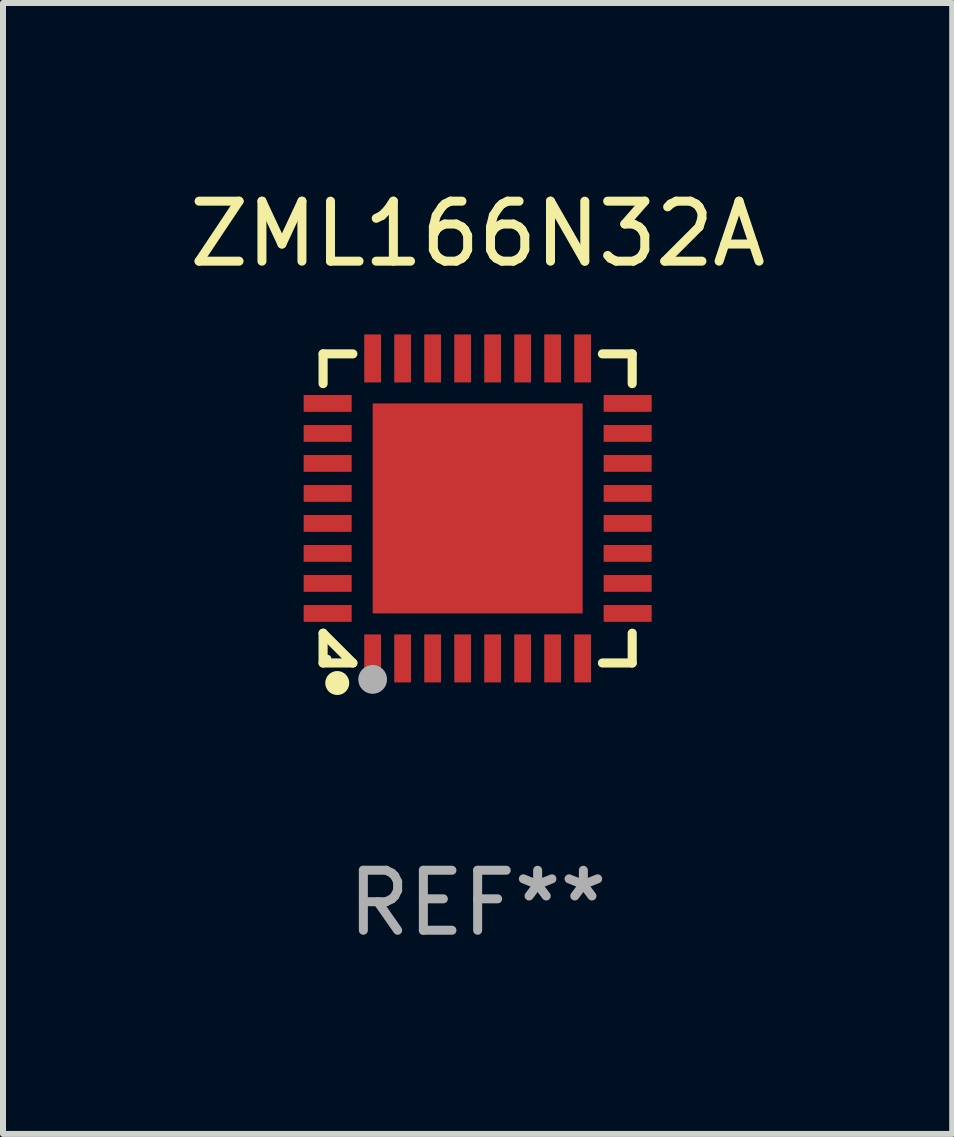
<source format=kicad_pcb>
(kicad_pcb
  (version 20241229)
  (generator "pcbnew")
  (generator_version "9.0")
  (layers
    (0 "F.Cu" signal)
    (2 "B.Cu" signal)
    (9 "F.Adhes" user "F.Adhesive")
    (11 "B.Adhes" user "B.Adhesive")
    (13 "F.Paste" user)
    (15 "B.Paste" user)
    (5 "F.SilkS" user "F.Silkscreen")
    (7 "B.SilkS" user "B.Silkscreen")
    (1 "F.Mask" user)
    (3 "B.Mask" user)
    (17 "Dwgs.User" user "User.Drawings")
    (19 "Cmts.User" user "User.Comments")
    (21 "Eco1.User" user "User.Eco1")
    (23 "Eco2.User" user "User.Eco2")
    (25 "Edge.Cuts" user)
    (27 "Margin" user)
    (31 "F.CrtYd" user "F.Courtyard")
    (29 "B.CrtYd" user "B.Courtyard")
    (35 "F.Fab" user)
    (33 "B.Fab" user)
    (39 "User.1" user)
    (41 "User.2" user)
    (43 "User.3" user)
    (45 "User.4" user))
  (footprint "ZML166N32A"
    (layer "F.Cu")
    (at 4.911 5.424)
    (property "Reference" "ZML166N32A" (at 0 -4.576 0) (layer "F.SilkS") (effects (font (size 1 1) (thickness 0.15))))
    (attr through_hole)
    (fp_line (start -2.576 -2.576) (end -2.08 -2.576) (stroke (width 0.152) (type solid)) (layer "F.SilkS"))
    (fp_line (start -2.576 -2.08) (end -2.576 -2.576) (stroke (width 0.152) (type solid)) (layer "F.SilkS"))
    (fp_line (start -2.576 2.08) (end -2.576 2.576) (stroke (width 0.152) (type solid)) (layer "F.SilkS"))
    (fp_line (start -2.576 2.08) (end -2.08 2.576) (stroke (width 0.152) (type solid)) (layer "F.SilkS"))
    (fp_line (start -2.576 2.576) (end -2.08 2.576) (stroke (width 0.152) (type solid)) (layer "F.SilkS"))
    (fp_line (start 2.576 -2.576) (end 2.08 -2.576) (stroke (width 0.152) (type solid)) (layer "F.SilkS"))
    (fp_line (start 2.576 -2.08) (end 2.576 -2.576) (stroke (width 0.152) (type solid)) (layer "F.SilkS"))
    (fp_line (start 2.576 2.08) (end 2.576 2.576) (stroke (width 0.152) (type solid)) (layer "F.SilkS"))
    (fp_line (start 2.576 2.576) (end 2.08 2.576) (stroke (width 0.152) (type solid)) (layer "F.SilkS"))
    (fp_circle (center -2.5 2.5) (end -2.47 2.5) (stroke (width 0.06) (type solid)) (fill no) (layer "F.SilkS"))
    (fp_circle (center -2.34 2.91) (end -2.24 2.91) (stroke (width 0.2) (type solid)) (fill no) (layer "F.SilkS"))
    (fp_circle (center -1.75 2.85) (end -1.63 2.85) (stroke (width 0.24) (type solid)) (fill no) (layer "F.Fab"))
    (fp_text user "REF**" (at 0 6.576 0) (layer "F.Fab") (effects (font (size 1 1) (thickness 0.15))))
    (pad "1" smd rect (at -1.75 2.5) (size 0.28 0.8) (layers "F.Cu" "F.Mask" "F.Paste"))
    (pad "2" smd rect (at -1.25 2.5) (size 0.28 0.8) (layers "F.Cu" "F.Mask" "F.Paste"))
    (pad "3" smd rect (at -0.75 2.5) (size 0.28 0.8) (layers "F.Cu" "F.Mask" "F.Paste"))
    (pad "4" smd rect (at -0.25 2.5) (size 0.28 0.8) (layers "F.Cu" "F.Mask" "F.Paste"))
    (pad "5" smd rect (at 0.25 2.5) (size 0.28 0.8) (layers "F.Cu" "F.Mask" "F.Paste"))
    (pad "6" smd rect (at 0.75 2.5) (size 0.28 0.8) (layers "F.Cu" "F.Mask" "F.Paste"))
    (pad "7" smd rect (at 1.25 2.5) (size 0.28 0.8) (layers "F.Cu" "F.Mask" "F.Paste"))
    (pad "8" smd rect (at 1.75 2.5) (size 0.28 0.8) (layers "F.Cu" "F.Mask" "F.Paste"))
    (pad "9" smd rect (at 2.5 1.75) (size 0.8 0.28) (layers "F.Cu" "F.Mask" "F.Paste"))
    (pad "10" smd rect (at 2.5 1.25) (size 0.8 0.28) (layers "F.Cu" "F.Mask" "F.Paste"))
    (pad "11" smd rect (at 2.5 0.75) (size 0.8 0.28) (layers "F.Cu" "F.Mask" "F.Paste"))
    (pad "12" smd rect (at 2.5 0.25) (size 0.8 0.28) (layers "F.Cu" "F.Mask" "F.Paste"))
    (pad "13" smd rect (at 2.5 -0.25) (size 0.8 0.28) (layers "F.Cu" "F.Mask" "F.Paste"))
    (pad "14" smd rect (at 2.5 -0.75) (size 0.8 0.28) (layers "F.Cu" "F.Mask" "F.Paste"))
    (pad "15" smd rect (at 2.5 -1.25) (size 0.8 0.28) (layers "F.Cu" "F.Mask" "F.Paste"))
    (pad "16" smd rect (at 2.5 -1.75) (size 0.8 0.28) (layers "F.Cu" "F.Mask" "F.Paste"))
    (pad "17" smd rect (at 1.75 -2.5) (size 0.28 0.8) (layers "F.Cu" "F.Mask" "F.Paste"))
    (pad "18" smd rect (at 1.25 -2.5) (size 0.28 0.8) (layers "F.Cu" "F.Mask" "F.Paste"))
    (pad "19" smd rect (at 0.75 -2.5) (size 0.28 0.8) (layers "F.Cu" "F.Mask" "F.Paste"))
    (pad "20" smd rect (at 0.25 -2.5) (size 0.28 0.8) (layers "F.Cu" "F.Mask" "F.Paste"))
    (pad "21" smd rect (at -0.25 -2.5) (size 0.28 0.8) (layers "F.Cu" "F.Mask" "F.Paste"))
    (pad "22" smd rect (at -0.75 -2.5) (size 0.28 0.8) (layers "F.Cu" "F.Mask" "F.Paste"))
    (pad "23" smd rect (at -1.25 -2.5) (size 0.28 0.8) (layers "F.Cu" "F.Mask" "F.Paste"))
    (pad "24" smd rect (at -1.75 -2.5) (size 0.28 0.8) (layers "F.Cu" "F.Mask" "F.Paste"))
    (pad "25" smd rect (at -2.5 -1.75) (size 0.8 0.28) (layers "F.Cu" "F.Mask" "F.Paste"))
    (pad "26" smd rect (at -2.5 -1.25) (size 0.8 0.28) (layers "F.Cu" "F.Mask" "F.Paste"))
    (pad "27" smd rect (at -2.5 -0.75) (size 0.8 0.28) (layers "F.Cu" "F.Mask" "F.Paste"))
    (pad "28" smd rect (at -2.5 -0.25) (size 0.8 0.28) (layers "F.Cu" "F.Mask" "F.Paste"))
    (pad "29" smd rect (at -2.5 0.25) (size 0.8 0.28) (layers "F.Cu" "F.Mask" "F.Paste"))
    (pad "30" smd rect (at -2.5 0.75) (size 0.8 0.28) (layers "F.Cu" "F.Mask" "F.Paste"))
    (pad "31" smd rect (at -2.5 1.25) (size 0.8 0.28) (layers "F.Cu" "F.Mask" "F.Paste"))
    (pad "32" smd rect (at -2.5 1.75) (size 0.8 0.28) (layers "F.Cu" "F.Mask" "F.Paste"))
    (pad "33" smd rect (at 0 0) (size 3.5 3.5) (layers "F.Cu" "F.Mask" "F.Paste")))
  (gr_rect
    (start -3 -3)
    (end 12.821 15.849)
    (stroke (width 0.1) (type default))
    (fill no)
    (layer "Edge.Cuts")))
</source>
